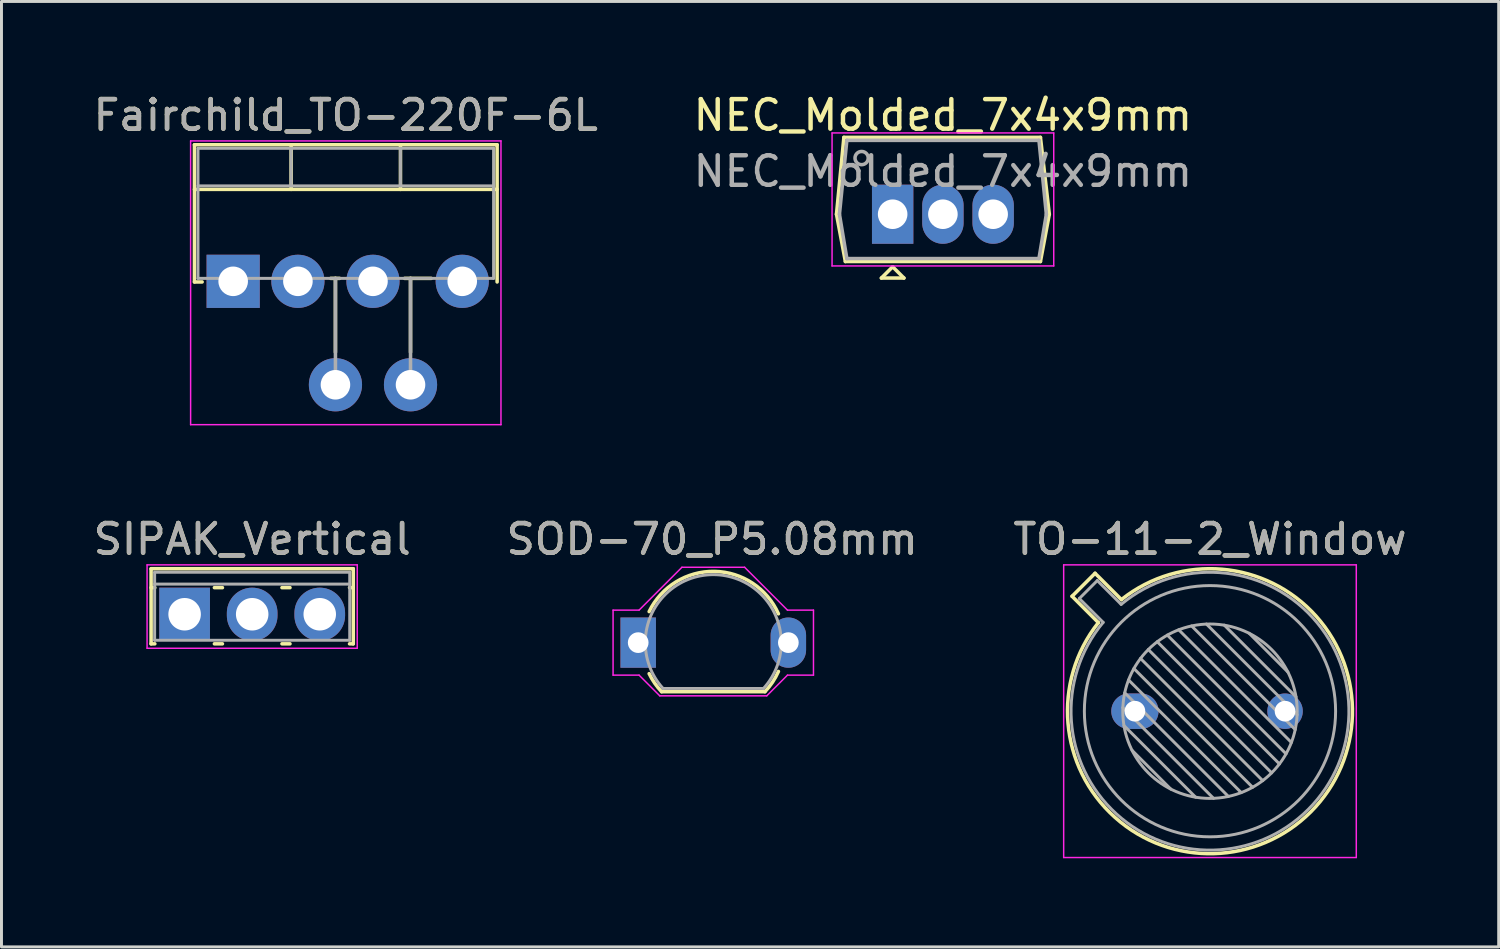
<source format=kicad_pcb>
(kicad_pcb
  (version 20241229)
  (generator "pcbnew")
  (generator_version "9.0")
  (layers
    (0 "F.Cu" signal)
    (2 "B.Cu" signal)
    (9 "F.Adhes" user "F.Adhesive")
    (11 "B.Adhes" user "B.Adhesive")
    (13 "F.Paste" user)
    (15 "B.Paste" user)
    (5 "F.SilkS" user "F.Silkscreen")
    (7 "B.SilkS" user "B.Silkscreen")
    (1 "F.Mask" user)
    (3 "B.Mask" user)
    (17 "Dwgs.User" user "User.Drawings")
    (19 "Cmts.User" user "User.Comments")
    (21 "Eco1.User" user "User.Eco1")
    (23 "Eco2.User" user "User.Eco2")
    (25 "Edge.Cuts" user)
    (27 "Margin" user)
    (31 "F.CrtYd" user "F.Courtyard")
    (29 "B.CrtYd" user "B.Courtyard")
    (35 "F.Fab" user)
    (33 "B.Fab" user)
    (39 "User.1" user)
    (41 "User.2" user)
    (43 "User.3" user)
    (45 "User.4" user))
  (footprint "SOD-70_P5.08mm"
    (layer "F.Cu")
    (at 18.542 18.692)
    (property "Reference" "SOD-70_P5.08mm" (at 2.5 -3.5 0) (layer "F.SilkS") (effects (font (size 1 1) (thickness 0.15))))
    (attr through_hole)
    (fp_line (start 4.287 1.66) (end 0.793 1.66) (stroke (width 0.12) (type solid)) (layer "F.SilkS"))
    (fp_arc (start 0.37076 -1.05) (mid 2.5811 -2.40965) (end 4.743786 -0.975412) (stroke (width 0.12) (type solid)) (layer "F.SilkS"))
    (fp_arc (start 0.79286 1.66) (mid 0.5582 1.371338) (end 0.370761 1.05) (stroke (width 0.12) (type solid)) (layer "F.SilkS"))
    (fp_arc (start 4.743786 0.975412) (mid 4.544899 1.337341) (end 4.287141 1.66) (stroke (width 0.12) (type solid)) (layer "F.SilkS"))
    (fp_line (start -0.85 -1.1) (end -0.85 1.1) (stroke (width 0.05) (type solid)) (layer "F.CrtYd"))
    (fp_line (start -0.85 1.1) (end 0.03 1.1) (stroke (width 0.05) (type solid)) (layer "F.CrtYd"))
    (fp_line (start 0.03 -1.1) (end -0.85 -1.1) (stroke (width 0.05) (type solid)) (layer "F.CrtYd"))
    (fp_line (start 0.03 1.1) (end 0.73 1.8) (stroke (width 0.05) (type solid)) (layer "F.CrtYd"))
    (fp_line (start 1.48 -2.55) (end 0.03 -1.1) (stroke (width 0.05) (type solid)) (layer "F.CrtYd"))
    (fp_line (start 1.48 -2.55) (end 3.6 -2.55) (stroke (width 0.05) (type solid)) (layer "F.CrtYd"))
    (fp_line (start 3.6 -2.55) (end 5.05 -1.1) (stroke (width 0.05) (type solid)) (layer "F.CrtYd"))
    (fp_line (start 4.35 1.8) (end 0.73 1.8) (stroke (width 0.05) (type solid)) (layer "F.CrtYd"))
    (fp_line (start 5.05 -1.1) (end 5.93 -1.1) (stroke (width 0.05) (type solid)) (layer "F.CrtYd"))
    (fp_line (start 5.05 1.1) (end 4.35 1.8) (stroke (width 0.05) (type solid)) (layer "F.CrtYd"))
    (fp_line (start 5.93 -1.1) (end 5.93 1.1) (stroke (width 0.05) (type solid)) (layer "F.CrtYd"))
    (fp_line (start 5.93 1.1) (end 5.05 1.1) (stroke (width 0.05) (type solid)) (layer "F.CrtYd"))
    (fp_line (start 4.239 1.55) (end 0.841 1.55) (stroke (width 0.1) (type solid)) (layer "F.Fab"))
    (fp_arc (start 0.840735 1.55) (mid 2.54 -2.3) (end 4.239265 1.55) (stroke (width 0.1) (type solid)) (layer "F.Fab"))
    (fp_text user "${REFERENCE}" (at 2.5 -3.5 0) (layer "F.Fab") (effects (font (size 1 1) (thickness 0.15))))
    (pad "1" thru_hole rect (at 0 0) (size 1.2 1.7) (drill 0.7) (layers "*.Cu" "*.Mask"))
    (pad "2" thru_hole oval (at 5.08 0) (size 1.2 1.7) (drill 0.7) (layers "*.Cu" "*.Mask")))
  (footprint "Fairchild_TO-220F-6L"
    (layer "F.Cu")
    (at 4.839 6.468)
    (property "Reference" "Fairchild_TO-220F-6L" (at 3.81 -5.62 0) (layer "F.SilkS") (effects (font (size 1 1) (thickness 0.15))))
    (attr through_hole)
    (fp_line (start -1.31 -4.62) (end -1.31 0.021) (stroke (width 0.12) (type solid)) (layer "F.SilkS"))
    (fp_line (start -1.31 -4.62) (end 8.93 -4.62) (stroke (width 0.12) (type solid)) (layer "F.SilkS"))
    (fp_line (start -1.31 -3.111) (end 8.93 -3.111) (stroke (width 0.12) (type solid)) (layer "F.SilkS"))
    (fp_line (start -1.31 0.021) (end -1.05 0.021) (stroke (width 0.12) (type solid)) (layer "F.SilkS"))
    (fp_line (start 1.96 -4.62) (end 1.96 -3.111) (stroke (width 0.12) (type solid)) (layer "F.SilkS"))
    (fp_line (start 3.3 -0.1) (end 3.6 -0.1) (stroke (width 0.12) (type solid)) (layer "F.SilkS"))
    (fp_line (start 3.46 2.4) (end 3.46 -0.1) (stroke (width 0.12) (type solid)) (layer "F.SilkS"))
    (fp_line (start 5.66 -4.62) (end 5.66 -3.111) (stroke (width 0.12) (type solid)) (layer "F.SilkS"))
    (fp_line (start 5.8 -0.1) (end 6.7 -0.1) (stroke (width 0.12) (type solid)) (layer "F.SilkS"))
    (fp_line (start 6 -0.1) (end 6 2.4) (stroke (width 0.12) (type solid)) (layer "F.SilkS"))
    (fp_line (start 8.93 -4.62) (end 8.93 0.021) (stroke (width 0.12) (type solid)) (layer "F.SilkS"))
    (fp_line (start -1.44 -4.75) (end -1.44 4.85) (stroke (width 0.05) (type solid)) (layer "F.CrtYd"))
    (fp_line (start -1.44 4.85) (end 9.06 4.85) (stroke (width 0.05) (type solid)) (layer "F.CrtYd"))
    (fp_line (start 9.06 -4.75) (end -1.44 -4.75) (stroke (width 0.05) (type solid)) (layer "F.CrtYd"))
    (fp_line (start 9.06 4.85) (end 9.06 -4.75) (stroke (width 0.05) (type solid)) (layer "F.CrtYd"))
    (fp_line (start -1.19 -4.5) (end -1.19 -0.1) (stroke (width 0.1) (type solid)) (layer "F.Fab"))
    (fp_line (start -1.19 -3.23) (end 8.81 -3.23) (stroke (width 0.1) (type solid)) (layer "F.Fab"))
    (fp_line (start -1.19 -0.1) (end 8.81 -0.1) (stroke (width 0.1) (type solid)) (layer "F.Fab"))
    (fp_line (start 0 -0.1) (end 0 0) (stroke (width 0.1) (type solid)) (layer "F.Fab"))
    (fp_line (start 1.96 -4.5) (end 1.96 -3.23) (stroke (width 0.1) (type solid)) (layer "F.Fab"))
    (fp_line (start 3.46 3.5) (end 3.46 -0.1) (stroke (width 0.12) (type solid)) (layer "F.Fab"))
    (fp_line (start 5.66 -4.5) (end 5.66 -3.23) (stroke (width 0.1) (type solid)) (layer "F.Fab"))
    (fp_line (start 6 3.5) (end 6 -0.1) (stroke (width 0.12) (type solid)) (layer "F.Fab"))
    (fp_line (start 8.81 -4.5) (end -1.19 -4.5) (stroke (width 0.1) (type solid)) (layer "F.Fab"))
    (fp_line (start 8.81 -0.1) (end 8.81 -4.5) (stroke (width 0.1) (type solid)) (layer "F.Fab"))
    (fp_text user "${REFERENCE}" (at 3.81 -5.62 0) (layer "F.Fab") (effects (font (size 1 1) (thickness 0.15))))
    (pad "1" thru_hole rect (at 0 0) (size 1.8 1.8) (drill 1) (layers "*.Cu" "*.Mask"))
    (pad "2" thru_hole oval (at 2.19 0) (size 1.8 1.8) (drill 1) (layers "*.Cu" "*.Mask"))
    (pad "3" thru_hole oval (at 3.46 3.5) (size 1.8 1.8) (drill 1) (layers "*.Cu" "*.Mask"))
    (pad "4" thru_hole oval (at 4.73 0) (size 1.8 1.8) (drill 1) (layers "*.Cu" "*.Mask"))
    (pad "5" thru_hole oval (at 6 3.5) (size 1.8 1.8) (drill 1) (layers "*.Cu" "*.Mask"))
    (pad "6" thru_hole oval (at 7.75 0) (size 1.8 1.8) (drill 1) (layers "*.Cu" "*.Mask")))
  (footprint "SIPAK_Vertical"
    (layer "F.Cu")
    (at 3.196 17.732)
    (property "Reference" "SIPAK_Vertical" (at 2.286 -2.54 0) (layer "F.SilkS") (effects (font (size 1 1) (thickness 0.15))))
    (attr through_hole)
    (fp_line (start -1.134 -1.54) (end -1.134 1) (stroke (width 0.12) (type solid)) (layer "F.SilkS"))
    (fp_line (start -1.134 -1.54) (end 5.706 -1.54) (stroke (width 0.12) (type solid)) (layer "F.SilkS"))
    (fp_line (start -1.134 -0.9) (end -1.008 -0.9) (stroke (width 0.12) (type solid)) (layer "F.SilkS"))
    (fp_line (start -1.134 1) (end -1.008 1) (stroke (width 0.12) (type solid)) (layer "F.SilkS"))
    (fp_line (start 1.008 -0.9) (end 1.279 -0.9) (stroke (width 0.12) (type solid)) (layer "F.SilkS"))
    (fp_line (start 1.008 1) (end 1.279 1) (stroke (width 0.12) (type solid)) (layer "F.SilkS"))
    (fp_line (start 3.294 -0.9) (end 3.565 -0.9) (stroke (width 0.12) (type solid)) (layer "F.SilkS"))
    (fp_line (start 3.294 1) (end 3.565 1) (stroke (width 0.12) (type solid)) (layer "F.SilkS"))
    (fp_line (start 5.58 -0.9) (end 5.706 -0.9) (stroke (width 0.12) (type solid)) (layer "F.SilkS"))
    (fp_line (start 5.58 1) (end 5.706 1) (stroke (width 0.12) (type solid)) (layer "F.SilkS"))
    (fp_line (start 5.706 -1.54) (end 5.706 1) (stroke (width 0.12) (type solid)) (layer "F.SilkS"))
    (fp_line (start -1.27 -1.67) (end -1.27 1.15) (stroke (width 0.05) (type solid)) (layer "F.CrtYd"))
    (fp_line (start -1.27 1.15) (end 5.84 1.15) (stroke (width 0.05) (type solid)) (layer "F.CrtYd"))
    (fp_line (start 5.84 -1.67) (end -1.27 -1.67) (stroke (width 0.05) (type solid)) (layer "F.CrtYd"))
    (fp_line (start 5.84 1.15) (end 5.84 -1.67) (stroke (width 0.05) (type solid)) (layer "F.CrtYd"))
    (fp_line (start -1.014 -1.42) (end -1.014 0.88) (stroke (width 0.1) (type solid)) (layer "F.Fab"))
    (fp_line (start -1.014 -1.02) (end 5.586 -1.02) (stroke (width 0.1) (type solid)) (layer "F.Fab"))
    (fp_line (start -1.014 0.88) (end 5.586 0.88) (stroke (width 0.1) (type solid)) (layer "F.Fab"))
    (fp_line (start 5.586 -1.42) (end -1.014 -1.42) (stroke (width 0.1) (type solid)) (layer "F.Fab"))
    (fp_line (start 5.586 0.88) (end 5.586 -1.42) (stroke (width 0.1) (type solid)) (layer "F.Fab"))
    (fp_text user "${REFERENCE}" (at 2.286 -2.54 0) (layer "F.Fab") (effects (font (size 1 1) (thickness 0.15))))
    (pad "1" thru_hole rect (at 0 0) (size 1.714 1.8) (drill 1.1) (layers "*.Cu" "*.Mask"))
    (pad "2" thru_hole oval (at 2.286 0) (size 1.714 1.8) (drill 1.1) (layers "*.Cu" "*.Mask"))
    (pad "3" thru_hole oval (at 4.572 0) (size 1.714 1.8) (drill 1.1) (layers "*.Cu" "*.Mask")))
  (footprint "TO-11-2_Window"
    (layer "F.Cu")
    (at 35.347 21.012)
    (property "Reference" "TO-11-2_Window" (at 2.54 -5.82 0) (layer "F.SilkS") (effects (font (size 1 1) (thickness 0.15))))
    (attr through_hole)
    (fp_line (start -2.126 -3.888) (end -1.235 -2.997) (stroke (width 0.12) (type solid)) (layer "F.SilkS"))
    (fp_line (start -1.348 -4.666) (end -2.126 -3.888) (stroke (width 0.12) (type solid)) (layer "F.SilkS"))
    (fp_line (start -0.457 -3.775) (end -1.348 -4.666) (stroke (width 0.12) (type solid)) (layer "F.SilkS"))
    (fp_arc (start -0.457084 -3.774902) (mid 5.948125 3.408384) (end -1.234674 -2.997371) (stroke (width 0.12) (type solid)) (layer "F.SilkS"))
    (fp_line (start -2.41 -4.95) (end -2.41 4.95) (stroke (width 0.05) (type solid)) (layer "F.CrtYd"))
    (fp_line (start -2.41 4.95) (end 7.49 4.95) (stroke (width 0.05) (type solid)) (layer "F.CrtYd"))
    (fp_line (start 7.49 -4.95) (end -2.41 -4.95) (stroke (width 0.05) (type solid)) (layer "F.CrtYd"))
    (fp_line (start 7.49 4.95) (end 7.49 -4.95) (stroke (width 0.05) (type solid)) (layer "F.CrtYd"))
    (fp_line (start -1.88 -3.812) (end -1.074 -3.005) (stroke (width 0.1) (type solid)) (layer "F.Fab"))
    (fp_line (start -1.272 -4.42) (end -1.88 -3.812) (stroke (width 0.1) (type solid)) (layer "F.Fab"))
    (fp_line (start -0.465 -3.614) (end -1.272 -4.42) (stroke (width 0.1) (type solid)) (layer "F.Fab"))
    (fp_line (start -0.408 -0.12) (end 2.66 2.948) (stroke (width 0.1) (type solid)) (layer "F.Fab"))
    (fp_line (start -0.371 0.485) (end 2.055 2.911) (stroke (width 0.1) (type solid)) (layer "F.Fab"))
    (fp_line (start -0.344 -0.622) (end 3.162 2.884) (stroke (width 0.1) (type solid)) (layer "F.Fab"))
    (fp_line (start -0.215 -1.058) (end 3.598 2.755) (stroke (width 0.1) (type solid)) (layer "F.Fab"))
    (fp_line (start -0.097 1.324) (end 1.216 2.637) (stroke (width 0.1) (type solid)) (layer "F.Fab"))
    (fp_line (start -0.034 -1.443) (end 3.983 2.574) (stroke (width 0.1) (type solid)) (layer "F.Fab"))
    (fp_line (start 0.19 -1.784) (end 4.324 2.35) (stroke (width 0.1) (type solid)) (layer "F.Fab"))
    (fp_line (start 0.454 -2.086) (end 4.626 2.086) (stroke (width 0.1) (type solid)) (layer "F.Fab"))
    (fp_line (start 0.756 -2.35) (end 4.89 1.784) (stroke (width 0.1) (type solid)) (layer "F.Fab"))
    (fp_line (start 1.097 -2.574) (end 5.114 1.443) (stroke (width 0.1) (type solid)) (layer "F.Fab"))
    (fp_line (start 1.482 -2.755) (end 5.295 1.058) (stroke (width 0.1) (type solid)) (layer "F.Fab"))
    (fp_line (start 1.918 -2.884) (end 5.424 0.622) (stroke (width 0.1) (type solid)) (layer "F.Fab"))
    (fp_line (start 2.42 -2.948) (end 5.488 0.12) (stroke (width 0.1) (type solid)) (layer "F.Fab"))
    (fp_line (start 3.025 -2.911) (end 5.451 -0.485) (stroke (width 0.1) (type solid)) (layer "F.Fab"))
    (fp_line (start 3.864 -2.637) (end 5.177 -1.324) (stroke (width 0.1) (type solid)) (layer "F.Fab"))
    (fp_arc (start -0.465408 -3.61352) (mid 5.863443 3.323361) (end -1.073594 -3.005319) (stroke (width 0.1) (type solid)) (layer "F.Fab"))
    (fp_circle (center 2.54 0) (end 5.49 0) (stroke (width 0.1) (type solid)) (fill no) (layer "F.Fab"))
    (fp_circle (center 2.54 0) (end 6.79 0) (stroke (width 0.1) (type solid)) (fill no) (layer "F.Fab"))
    (fp_text user "${REFERENCE}" (at 2.54 -5.82 0) (layer "F.Fab") (effects (font (size 1 1) (thickness 0.15))))
    (pad "1" thru_hole oval (at 0 0) (size 1.6 1.2) (drill 0.7) (layers "*.Cu" "*.Mask"))
    (pad "2" thru_hole oval (at 5.08 0) (size 1.2 1.2) (drill 0.7) (layers "*.Cu" "*.Mask")))
  (footprint "NEC_Molded_7x4x9mm"
    (layer "F.Cu")
    (at 27.151 4.198)
    (property "Reference" "NEC_Molded_7x4x9mm" (at 1.7 -3.35 0) (layer "F.SilkS") (effects (font (size 1 1) (thickness 0.15))))
    (attr through_hole)
    (fp_line (start -1.9 0) (end -1.6 1.6) (stroke (width 0.12) (type solid)) (layer "F.SilkS"))
    (fp_line (start -1.65 -2.6) (end -1.9 0) (stroke (width 0.12) (type solid)) (layer "F.SilkS"))
    (fp_line (start -1.6 1.6) (end 5 1.6) (stroke (width 0.12) (type solid)) (layer "F.SilkS"))
    (fp_line (start -0.381 2.159) (end 0.381 2.159) (stroke (width 0.12) (type solid)) (layer "F.SilkS"))
    (fp_line (start 0 1.778) (end -0.381 2.159) (stroke (width 0.12) (type solid)) (layer "F.SilkS"))
    (fp_line (start 0.381 2.159) (end 0 1.778) (stroke (width 0.12) (type solid)) (layer "F.SilkS"))
    (fp_line (start 5 -2.6) (end -1.65 -2.6) (stroke (width 0.12) (type solid)) (layer "F.SilkS"))
    (fp_line (start 5 1.6) (end 5.3 0) (stroke (width 0.12) (type solid)) (layer "F.SilkS"))
    (fp_line (start 5.3 0) (end 5 -2.6) (stroke (width 0.12) (type solid)) (layer "F.SilkS"))
    (fp_line (start -2.05 -2.75) (end -2.05 1.75) (stroke (width 0.05) (type solid)) (layer "F.CrtYd"))
    (fp_line (start -2.05 1.75) (end 5.45 1.75) (stroke (width 0.05) (type solid)) (layer "F.CrtYd"))
    (fp_line (start 5.45 -2.75) (end -2.05 -2.75) (stroke (width 0.05) (type solid)) (layer "F.CrtYd"))
    (fp_line (start 5.45 1.75) (end 5.45 -2.75) (stroke (width 0.05) (type solid)) (layer "F.CrtYd"))
    (fp_line (start -1.8 0) (end -1.55 -2.5) (stroke (width 0.12) (type solid)) (layer "F.Fab"))
    (fp_line (start -1.55 1.5) (end -1.8 0) (stroke (width 0.12) (type solid)) (layer "F.Fab"))
    (fp_line (start -1.55 1.5) (end 4.95 1.5) (stroke (width 0.12) (type solid)) (layer "F.Fab"))
    (fp_line (start 4.95 -2.5) (end -1.55 -2.5) (stroke (width 0.12) (type solid)) (layer "F.Fab"))
    (fp_line (start 4.95 -2.5) (end 5.2 0) (stroke (width 0.12) (type solid)) (layer "F.Fab"))
    (fp_line (start 5.2 0) (end 4.95 1.5) (stroke (width 0.12) (type solid)) (layer "F.Fab"))
    (fp_circle (center -1.05 -1.9) (end -0.85 -1.8) (stroke (width 0.12) (type solid)) (fill no) (layer "F.Fab"))
    (fp_text user "${REFERENCE}" (at 1.7 -1.45 0) (layer "F.Fab") (effects (font (size 1 1) (thickness 0.15))))
    (pad "1" thru_hole rect (at 0 0 180) (size 1.4 2) (drill 1) (layers "*.Cu" "*.Mask"))
    (pad "2" thru_hole oval (at 1.7 0 180) (size 1.4 2) (drill 1) (layers "*.Cu" "*.Mask"))
    (pad "3" thru_hole oval (at 3.4 0 180) (size 1.4 2) (drill 1) (layers "*.Cu" "*.Mask")))
  (gr_rect
    (start -3 -3)
    (end 47.655 28.986)
    (stroke (width 0.1) (type default))
    (fill no)
    (layer "Edge.Cuts")))
</source>
